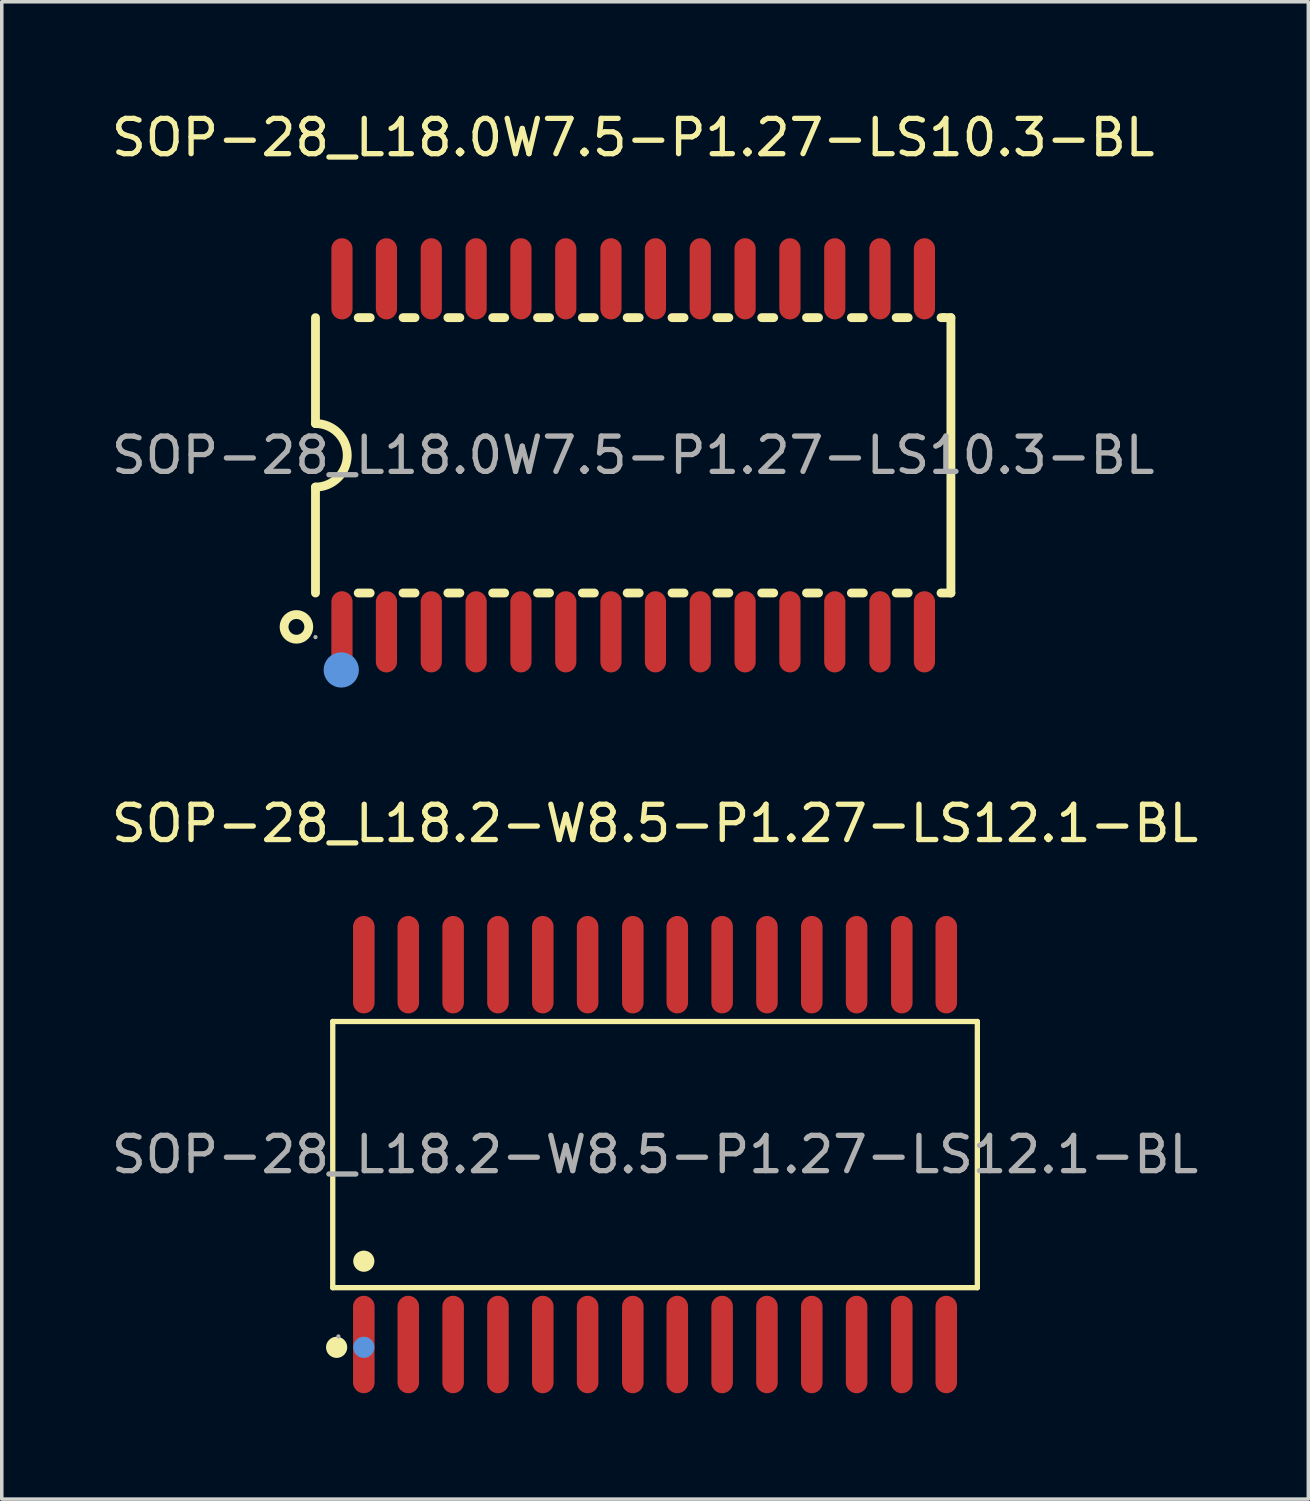
<source format=kicad_pcb>
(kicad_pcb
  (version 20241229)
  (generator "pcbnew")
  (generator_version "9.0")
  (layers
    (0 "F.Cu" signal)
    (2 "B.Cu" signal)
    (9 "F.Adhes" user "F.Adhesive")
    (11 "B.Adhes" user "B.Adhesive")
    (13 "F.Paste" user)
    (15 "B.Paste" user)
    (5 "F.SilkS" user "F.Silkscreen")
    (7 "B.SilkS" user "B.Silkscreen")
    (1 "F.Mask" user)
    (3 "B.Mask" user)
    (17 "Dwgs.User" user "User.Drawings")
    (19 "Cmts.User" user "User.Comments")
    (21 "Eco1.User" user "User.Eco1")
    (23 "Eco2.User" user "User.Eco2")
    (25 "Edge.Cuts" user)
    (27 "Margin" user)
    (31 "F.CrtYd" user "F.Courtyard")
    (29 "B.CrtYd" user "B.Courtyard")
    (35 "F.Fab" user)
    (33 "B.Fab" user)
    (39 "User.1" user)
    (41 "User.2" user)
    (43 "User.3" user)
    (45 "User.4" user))
  (footprint "SOP-28_L18.2-W8.5-P1.27-LS12.1-BL"
    (layer "F.Cu")
    (at 15.506 29.657)
    (property "Reference" "SOP-28_L18.2-W8.5-P1.27-LS12.1-BL" (at 0 -9.38 0) (layer "F.SilkS") (effects (font (size 1 1) (thickness 0.15))))
    (attr through_hole)
    (fp_line (start -9.13 -3.77) (end 9.13 -3.77) (stroke (width 0.15) (type solid)) (layer "F.SilkS"))
    (fp_line (start -9.13 3.77) (end -9.13 -3.77) (stroke (width 0.15) (type solid)) (layer "F.SilkS"))
    (fp_line (start 9.13 -3.77) (end 9.13 3.77) (stroke (width 0.15) (type solid)) (layer "F.SilkS"))
    (fp_line (start 9.13 3.77) (end -9.13 3.77) (stroke (width 0.15) (type solid)) (layer "F.SilkS"))
    (fp_circle (center -9.02 5.46) (end -8.87 5.46) (stroke (width 0.3) (type solid)) (fill no) (layer "F.SilkS"))
    (fp_circle (center -8.25 3.02) (end -8.1 3.02) (stroke (width 0.3) (type solid)) (fill no) (layer "F.SilkS"))
    (fp_circle (center -8.25 5.46) (end -8.1 5.46) (stroke (width 0.3) (type solid)) (fill no) (layer "Cmts.User"))
    (fp_circle (center -8.97 5.15) (end -8.94 5.15) (stroke (width 0.06) (type solid)) (fill no) (layer "F.Fab"))
    (fp_text user "${REFERENCE}" (at 0 0 0) (layer "F.Fab") (effects (font (size 1 1) (thickness 0.15))))
    (pad "1" smd oval (at -8.25 5.38) (size 0.61 2.76) (layers "F.Cu" "F.Mask" "F.Paste"))
    (pad "2" smd oval (at -6.99 5.38) (size 0.61 2.76) (layers "F.Cu" "F.Mask" "F.Paste"))
    (pad "3" smd oval (at -5.72 5.38) (size 0.61 2.76) (layers "F.Cu" "F.Mask" "F.Paste"))
    (pad "4" smd oval (at -4.45 5.38) (size 0.61 2.76) (layers "F.Cu" "F.Mask" "F.Paste"))
    (pad "5" smd oval (at -3.18 5.38) (size 0.61 2.76) (layers "F.Cu" "F.Mask" "F.Paste"))
    (pad "6" smd oval (at -1.91 5.38) (size 0.61 2.76) (layers "F.Cu" "F.Mask" "F.Paste"))
    (pad "7" smd oval (at -0.63 5.38) (size 0.61 2.76) (layers "F.Cu" "F.Mask" "F.Paste"))
    (pad "8" smd oval (at 0.63 5.38) (size 0.61 2.76) (layers "F.Cu" "F.Mask" "F.Paste"))
    (pad "9" smd oval (at 1.9 5.38) (size 0.61 2.76) (layers "F.Cu" "F.Mask" "F.Paste"))
    (pad "10" smd oval (at 3.17 5.38) (size 0.61 2.76) (layers "F.Cu" "F.Mask" "F.Paste"))
    (pad "11" smd oval (at 4.44 5.38) (size 0.61 2.76) (layers "F.Cu" "F.Mask" "F.Paste"))
    (pad "12" smd oval (at 5.71 5.38) (size 0.61 2.76) (layers "F.Cu" "F.Mask" "F.Paste"))
    (pad "13" smd oval (at 6.99 5.38) (size 0.61 2.76) (layers "F.Cu" "F.Mask" "F.Paste"))
    (pad "14" smd oval (at 8.25 5.38) (size 0.61 2.76) (layers "F.Cu" "F.Mask" "F.Paste"))
    (pad "15" smd oval (at 8.25 -5.38) (size 0.61 2.76) (layers "F.Cu" "F.Mask" "F.Paste"))
    (pad "16" smd oval (at 6.99 -5.38) (size 0.61 2.76) (layers "F.Cu" "F.Mask" "F.Paste"))
    (pad "17" smd oval (at 5.71 -5.38) (size 0.61 2.76) (layers "F.Cu" "F.Mask" "F.Paste"))
    (pad "18" smd oval (at 4.44 -5.38) (size 0.61 2.76) (layers "F.Cu" "F.Mask" "F.Paste"))
    (pad "19" smd oval (at 3.17 -5.38) (size 0.61 2.76) (layers "F.Cu" "F.Mask" "F.Paste"))
    (pad "20" smd oval (at 1.9 -5.38) (size 0.61 2.76) (layers "F.Cu" "F.Mask" "F.Paste"))
    (pad "21" smd oval (at 0.63 -5.38) (size 0.61 2.76) (layers "F.Cu" "F.Mask" "F.Paste"))
    (pad "22" smd oval (at -0.63 -5.38) (size 0.61 2.76) (layers "F.Cu" "F.Mask" "F.Paste"))
    (pad "23" smd oval (at -1.91 -5.38) (size 0.61 2.76) (layers "F.Cu" "F.Mask" "F.Paste"))
    (pad "24" smd oval (at -3.18 -5.38) (size 0.61 2.76) (layers "F.Cu" "F.Mask" "F.Paste"))
    (pad "25" smd oval (at -4.45 -5.38) (size 0.61 2.76) (layers "F.Cu" "F.Mask" "F.Paste"))
    (pad "26" smd oval (at -5.72 -5.38) (size 0.61 2.76) (layers "F.Cu" "F.Mask" "F.Paste"))
    (pad "27" smd oval (at -6.99 -5.38) (size 0.61 2.76) (layers "F.Cu" "F.Mask" "F.Paste"))
    (pad "28" smd oval (at -8.25 -5.38) (size 0.61 2.76) (layers "F.Cu" "F.Mask" "F.Paste")))
  (footprint "SOP-28_L18.0W7.5-P1.27-LS10.3-BL"
    (layer "F.Cu")
    (at 14.887 9.848)
    (property "Reference" "SOP-28_L18.0W7.5-P1.27-LS10.3-BL" (at 0 -9 0) (layer "F.SilkS") (effects (font (size 1 1) (thickness 0.15))))
    (attr through_hole)
    (fp_line (start -9 -3.9) (end -9 -0.9) (stroke (width 0.25) (type solid)) (layer "F.SilkS"))
    (fp_line (start -9 3.9) (end -9 0.9) (stroke (width 0.25) (type solid)) (layer "F.SilkS"))
    (fp_line (start -7.79 -3.9) (end -7.45 -3.9) (stroke (width 0.25) (type solid)) (layer "F.SilkS"))
    (fp_line (start -7.79 3.9) (end -7.45 3.9) (stroke (width 0.25) (type solid)) (layer "F.SilkS"))
    (fp_line (start -6.52 -3.9) (end -6.18 -3.9) (stroke (width 0.25) (type solid)) (layer "F.SilkS"))
    (fp_line (start -6.52 3.9) (end -6.18 3.9) (stroke (width 0.25) (type solid)) (layer "F.SilkS"))
    (fp_line (start -5.25 -3.9) (end -4.91 -3.9) (stroke (width 0.25) (type solid)) (layer "F.SilkS"))
    (fp_line (start -5.25 3.9) (end -4.91 3.9) (stroke (width 0.25) (type solid)) (layer "F.SilkS"))
    (fp_line (start -3.98 -3.9) (end -3.64 -3.9) (stroke (width 0.25) (type solid)) (layer "F.SilkS"))
    (fp_line (start -3.98 3.9) (end -3.64 3.9) (stroke (width 0.25) (type solid)) (layer "F.SilkS"))
    (fp_line (start -2.71 -3.9) (end -2.37 -3.9) (stroke (width 0.25) (type solid)) (layer "F.SilkS"))
    (fp_line (start -2.71 3.9) (end -2.37 3.9) (stroke (width 0.25) (type solid)) (layer "F.SilkS"))
    (fp_line (start -1.44 -3.9) (end -1.1 -3.9) (stroke (width 0.25) (type solid)) (layer "F.SilkS"))
    (fp_line (start -1.44 3.9) (end -1.1 3.9) (stroke (width 0.25) (type solid)) (layer "F.SilkS"))
    (fp_line (start -0.17 -3.9) (end 0.17 -3.9) (stroke (width 0.25) (type solid)) (layer "F.SilkS"))
    (fp_line (start -0.17 3.9) (end 0.17 3.9) (stroke (width 0.25) (type solid)) (layer "F.SilkS"))
    (fp_line (start 1.1 -3.9) (end 1.44 -3.9) (stroke (width 0.25) (type solid)) (layer "F.SilkS"))
    (fp_line (start 1.1 3.9) (end 1.44 3.9) (stroke (width 0.25) (type solid)) (layer "F.SilkS"))
    (fp_line (start 2.37 -3.9) (end 2.71 -3.9) (stroke (width 0.25) (type solid)) (layer "F.SilkS"))
    (fp_line (start 2.37 3.9) (end 2.71 3.9) (stroke (width 0.25) (type solid)) (layer "F.SilkS"))
    (fp_line (start 3.64 -3.9) (end 3.98 -3.9) (stroke (width 0.25) (type solid)) (layer "F.SilkS"))
    (fp_line (start 3.64 3.9) (end 3.98 3.9) (stroke (width 0.25) (type solid)) (layer "F.SilkS"))
    (fp_line (start 4.91 -3.9) (end 5.25 -3.9) (stroke (width 0.25) (type solid)) (layer "F.SilkS"))
    (fp_line (start 4.91 3.9) (end 5.25 3.9) (stroke (width 0.25) (type solid)) (layer "F.SilkS"))
    (fp_line (start 6.18 -3.9) (end 6.52 -3.9) (stroke (width 0.25) (type solid)) (layer "F.SilkS"))
    (fp_line (start 6.18 3.9) (end 6.52 3.9) (stroke (width 0.25) (type solid)) (layer "F.SilkS"))
    (fp_line (start 7.45 -3.9) (end 7.79 -3.9) (stroke (width 0.25) (type solid)) (layer "F.SilkS"))
    (fp_line (start 7.45 3.9) (end 7.79 3.9) (stroke (width 0.25) (type solid)) (layer "F.SilkS"))
    (fp_line (start 8.72 -3.9) (end 8.8 -3.9) (stroke (width 0.25) (type solid)) (layer "F.SilkS"))
    (fp_line (start 8.72 3.9) (end 9 3.9) (stroke (width 0.25) (type solid)) (layer "F.SilkS"))
    (fp_line (start 8.8 -3.9) (end 9 -3.9) (stroke (width 0.25) (type solid)) (layer "F.SilkS"))
    (fp_line (start 9 -3.9) (end 9 3.9) (stroke (width 0.25) (type solid)) (layer "F.SilkS"))
    (fp_arc (start -9 -0.9) (mid -8.1 0) (end -9 0.9) (stroke (width 0.25) (type solid)) (layer "F.SilkS"))
    (fp_circle (center -9.54 4.86) (end -9.19 4.86) (stroke (width 0.25) (type solid)) (fill no) (layer "F.SilkS"))
    (fp_circle (center -8.27 6.08) (end -8.02 6.08) (stroke (width 0.5) (type solid)) (fill no) (layer "Cmts.User"))
    (fp_circle (center -9 5.15) (end -8.97 5.15) (stroke (width 0.06) (type solid)) (fill no) (layer "F.Fab"))
    (fp_text user "${REFERENCE}" (at 0 0 0) (layer "F.Fab") (effects (font (size 1 1) (thickness 0.15))))
    (pad "1" smd oval (at -8.25 5) (size 0.6 2.3) (layers "F.Cu" "F.Mask" "F.Paste"))
    (pad "2" smd oval (at -6.99 5) (size 0.6 2.3) (layers "F.Cu" "F.Mask" "F.Paste"))
    (pad "3" smd oval (at -5.72 5) (size 0.6 2.3) (layers "F.Cu" "F.Mask" "F.Paste"))
    (pad "4" smd oval (at -4.45 5) (size 0.6 2.3) (layers "F.Cu" "F.Mask" "F.Paste"))
    (pad "5" smd oval (at -3.18 5) (size 0.6 2.3) (layers "F.Cu" "F.Mask" "F.Paste"))
    (pad "6" smd oval (at -1.91 5) (size 0.6 2.3) (layers "F.Cu" "F.Mask" "F.Paste"))
    (pad "7" smd oval (at -0.63 5) (size 0.6 2.3) (layers "F.Cu" "F.Mask" "F.Paste"))
    (pad "8" smd oval (at 0.63 5) (size 0.6 2.3) (layers "F.Cu" "F.Mask" "F.Paste"))
    (pad "9" smd oval (at 1.9 5) (size 0.6 2.3) (layers "F.Cu" "F.Mask" "F.Paste"))
    (pad "10" smd oval (at 3.17 5) (size 0.6 2.3) (layers "F.Cu" "F.Mask" "F.Paste"))
    (pad "11" smd oval (at 4.44 5) (size 0.6 2.3) (layers "F.Cu" "F.Mask" "F.Paste"))
    (pad "12" smd oval (at 5.71 5) (size 0.6 2.3) (layers "F.Cu" "F.Mask" "F.Paste"))
    (pad "13" smd oval (at 6.99 5) (size 0.6 2.3) (layers "F.Cu" "F.Mask" "F.Paste"))
    (pad "14" smd oval (at 8.25 5) (size 0.6 2.3) (layers "F.Cu" "F.Mask" "F.Paste"))
    (pad "15" smd oval (at 8.25 -5) (size 0.6 2.3) (layers "F.Cu" "F.Mask" "F.Paste"))
    (pad "16" smd oval (at 6.99 -5) (size 0.6 2.3) (layers "F.Cu" "F.Mask" "F.Paste"))
    (pad "17" smd oval (at 5.71 -5) (size 0.6 2.3) (layers "F.Cu" "F.Mask" "F.Paste"))
    (pad "18" smd oval (at 4.44 -5) (size 0.6 2.3) (layers "F.Cu" "F.Mask" "F.Paste"))
    (pad "19" smd oval (at 3.17 -5) (size 0.6 2.3) (layers "F.Cu" "F.Mask" "F.Paste"))
    (pad "20" smd oval (at 1.9 -5) (size 0.6 2.3) (layers "F.Cu" "F.Mask" "F.Paste"))
    (pad "21" smd oval (at 0.63 -5) (size 0.6 2.3) (layers "F.Cu" "F.Mask" "F.Paste"))
    (pad "22" smd oval (at -0.63 -5) (size 0.6 2.3) (layers "F.Cu" "F.Mask" "F.Paste"))
    (pad "23" smd oval (at -1.91 -5) (size 0.6 2.3) (layers "F.Cu" "F.Mask" "F.Paste"))
    (pad "24" smd oval (at -3.18 -5) (size 0.6 2.3) (layers "F.Cu" "F.Mask" "F.Paste"))
    (pad "25" smd oval (at -4.45 -5) (size 0.6 2.3) (layers "F.Cu" "F.Mask" "F.Paste"))
    (pad "26" smd oval (at -5.72 -5) (size 0.6 2.3) (layers "F.Cu" "F.Mask" "F.Paste"))
    (pad "27" smd oval (at -6.99 -5) (size 0.6 2.3) (layers "F.Cu" "F.Mask" "F.Paste"))
    (pad "28" smd oval (at -8.25 -5) (size 0.6 2.3) (layers "F.Cu" "F.Mask" "F.Paste")))
  (gr_rect
    (start -3 -3)
    (end 34.012 39.416)
    (stroke (width 0.1) (type default))
    (fill no)
    (layer "Edge.Cuts")))
</source>
